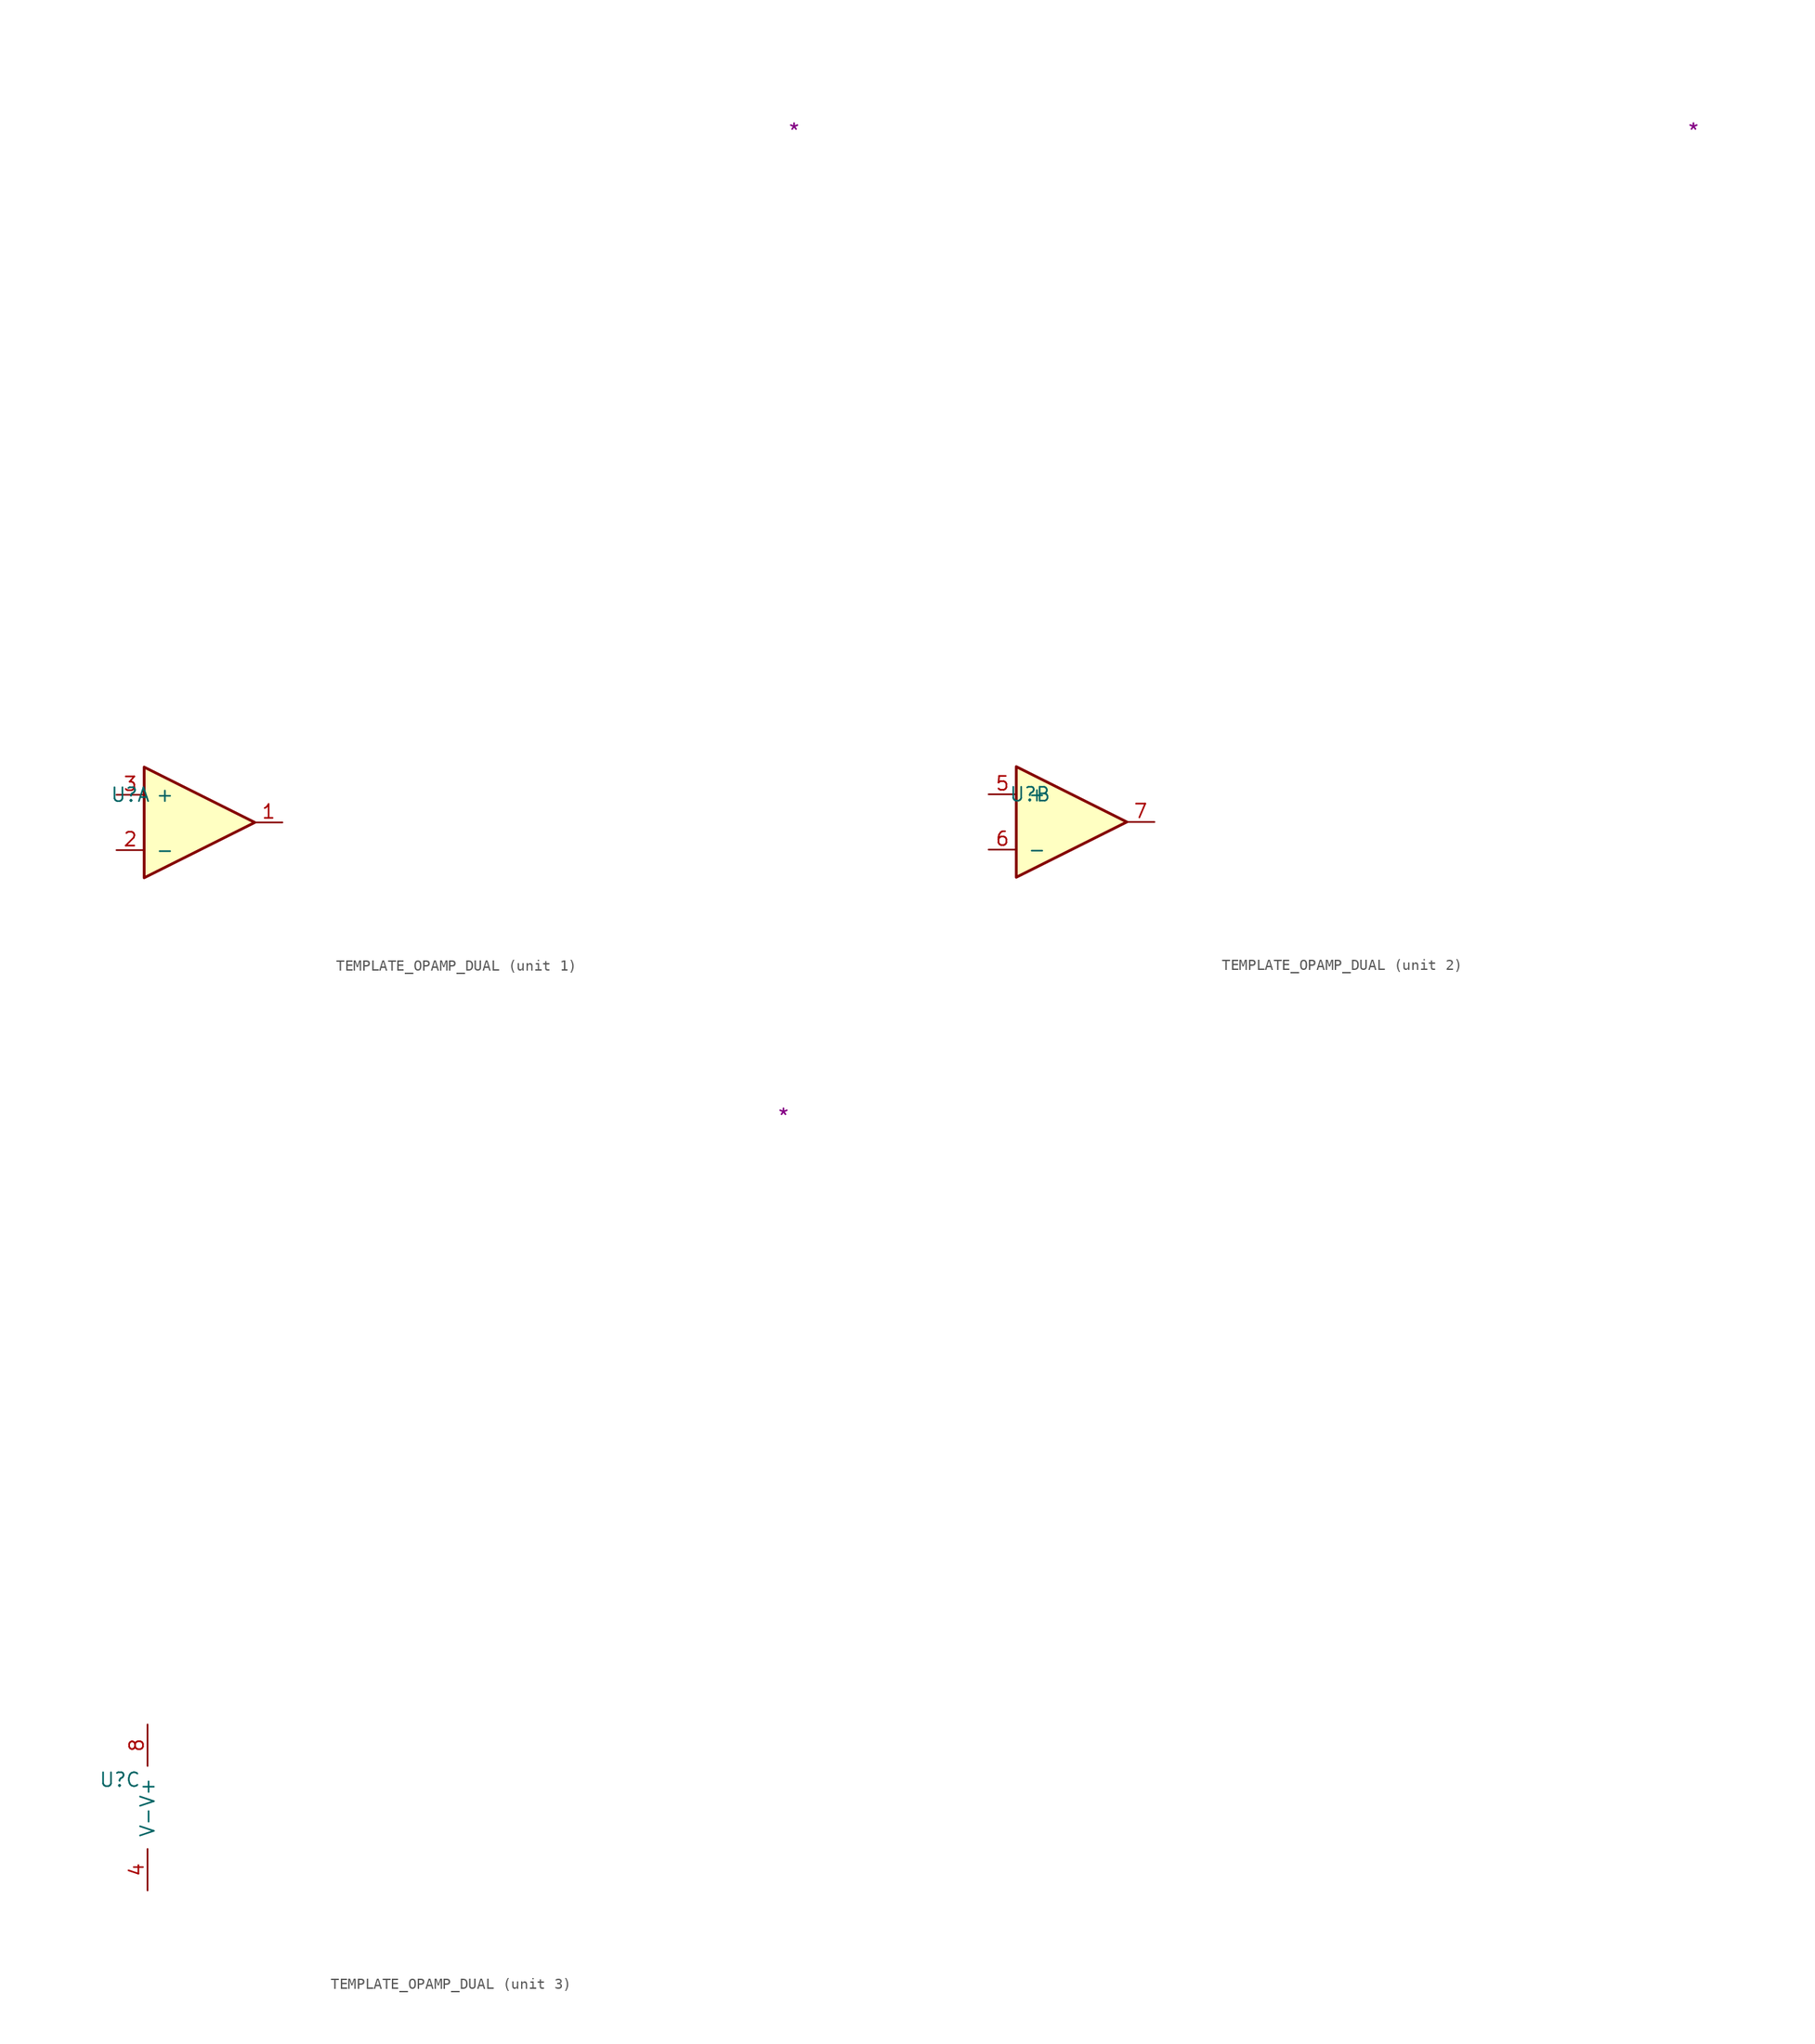
<source format=kicad_sym>
(kicad_symbol_lib
  (version 20241209)
  (generator "kicad_symbol_editor")
  (generator_version "9.0")
  (symbol "TEMPLATE_OPAMP_DUAL"
    (pin_names
      (offset 1.016))
    (property "Reference" "U"
      (at -2.54 2.54 0)
      (effects (font (size 1.27 1.27))))
    (property "_Value_" "*"
      (at 58.42 63.5 0)
      (effects (font (size 1.27 1.27))))
    (property "ki_locked" ""
      (at 0 0 0)
      (effects (font (size 1.27 1.27))))
    (symbol "TEMPLATE_OPAMP_DUAL_1_1"
      (polyline (pts (xy -1.27 5.08) (xy 8.89 0) (xy -1.27 -5.08) (xy -1.27 5.08)) (stroke (width 0.254) (type solid)) (fill (type background)))
      (pin input line (at -3.81 2.54 0) (length 2.54) (name "+" (effects (font (size 1.27 1.27)))) (number "3" (effects (font (size 1.27 1.27)))))
      (pin input line (at -3.81 -2.54 0) (length 2.54) (name "-" (effects (font (size 1.27 1.27)))) (number "2" (effects (font (size 1.27 1.27)))))
      (pin output line (at 11.43 0 180) (length 2.54) (name "~" (effects (font (size 1.27 1.27)))) (number "1" (effects (font (size 1.27 1.27))))))
    (symbol "TEMPLATE_OPAMP_DUAL_2_1"
      (polyline (pts (xy -3.81 5.08) (xy 6.35 0) (xy -3.81 -5.08) (xy -3.81 5.08)) (stroke (width 0.254) (type solid)) (fill (type background)))
      (pin input line (at -6.35 2.54 0) (length 2.54) (name "+" (effects (font (size 1.27 1.27)))) (number "5" (effects (font (size 1.27 1.27)))))
      (pin input line (at -6.35 -2.54 0) (length 2.54) (name "-" (effects (font (size 1.27 1.27)))) (number "6" (effects (font (size 1.27 1.27)))))
      (pin output line (at 8.89 0 180) (length 2.54) (name "~" (effects (font (size 1.27 1.27)))) (number "7" (effects (font (size 1.27 1.27))))))
    (symbol "TEMPLATE_OPAMP_DUAL_3_1"
      (pin power_in line (at 0 7.62 270) (length 3.81) (name "V+" (effects (font (size 1.27 1.27)))) (number "8" (effects (font (size 1.27 1.27)))))
      (pin power_in line (at 0 -7.62 90) (length 3.81) (name "V-" (effects (font (size 1.27 1.27)))) (number "4" (effects (font (size 1.27 1.27))))))))
</source>
